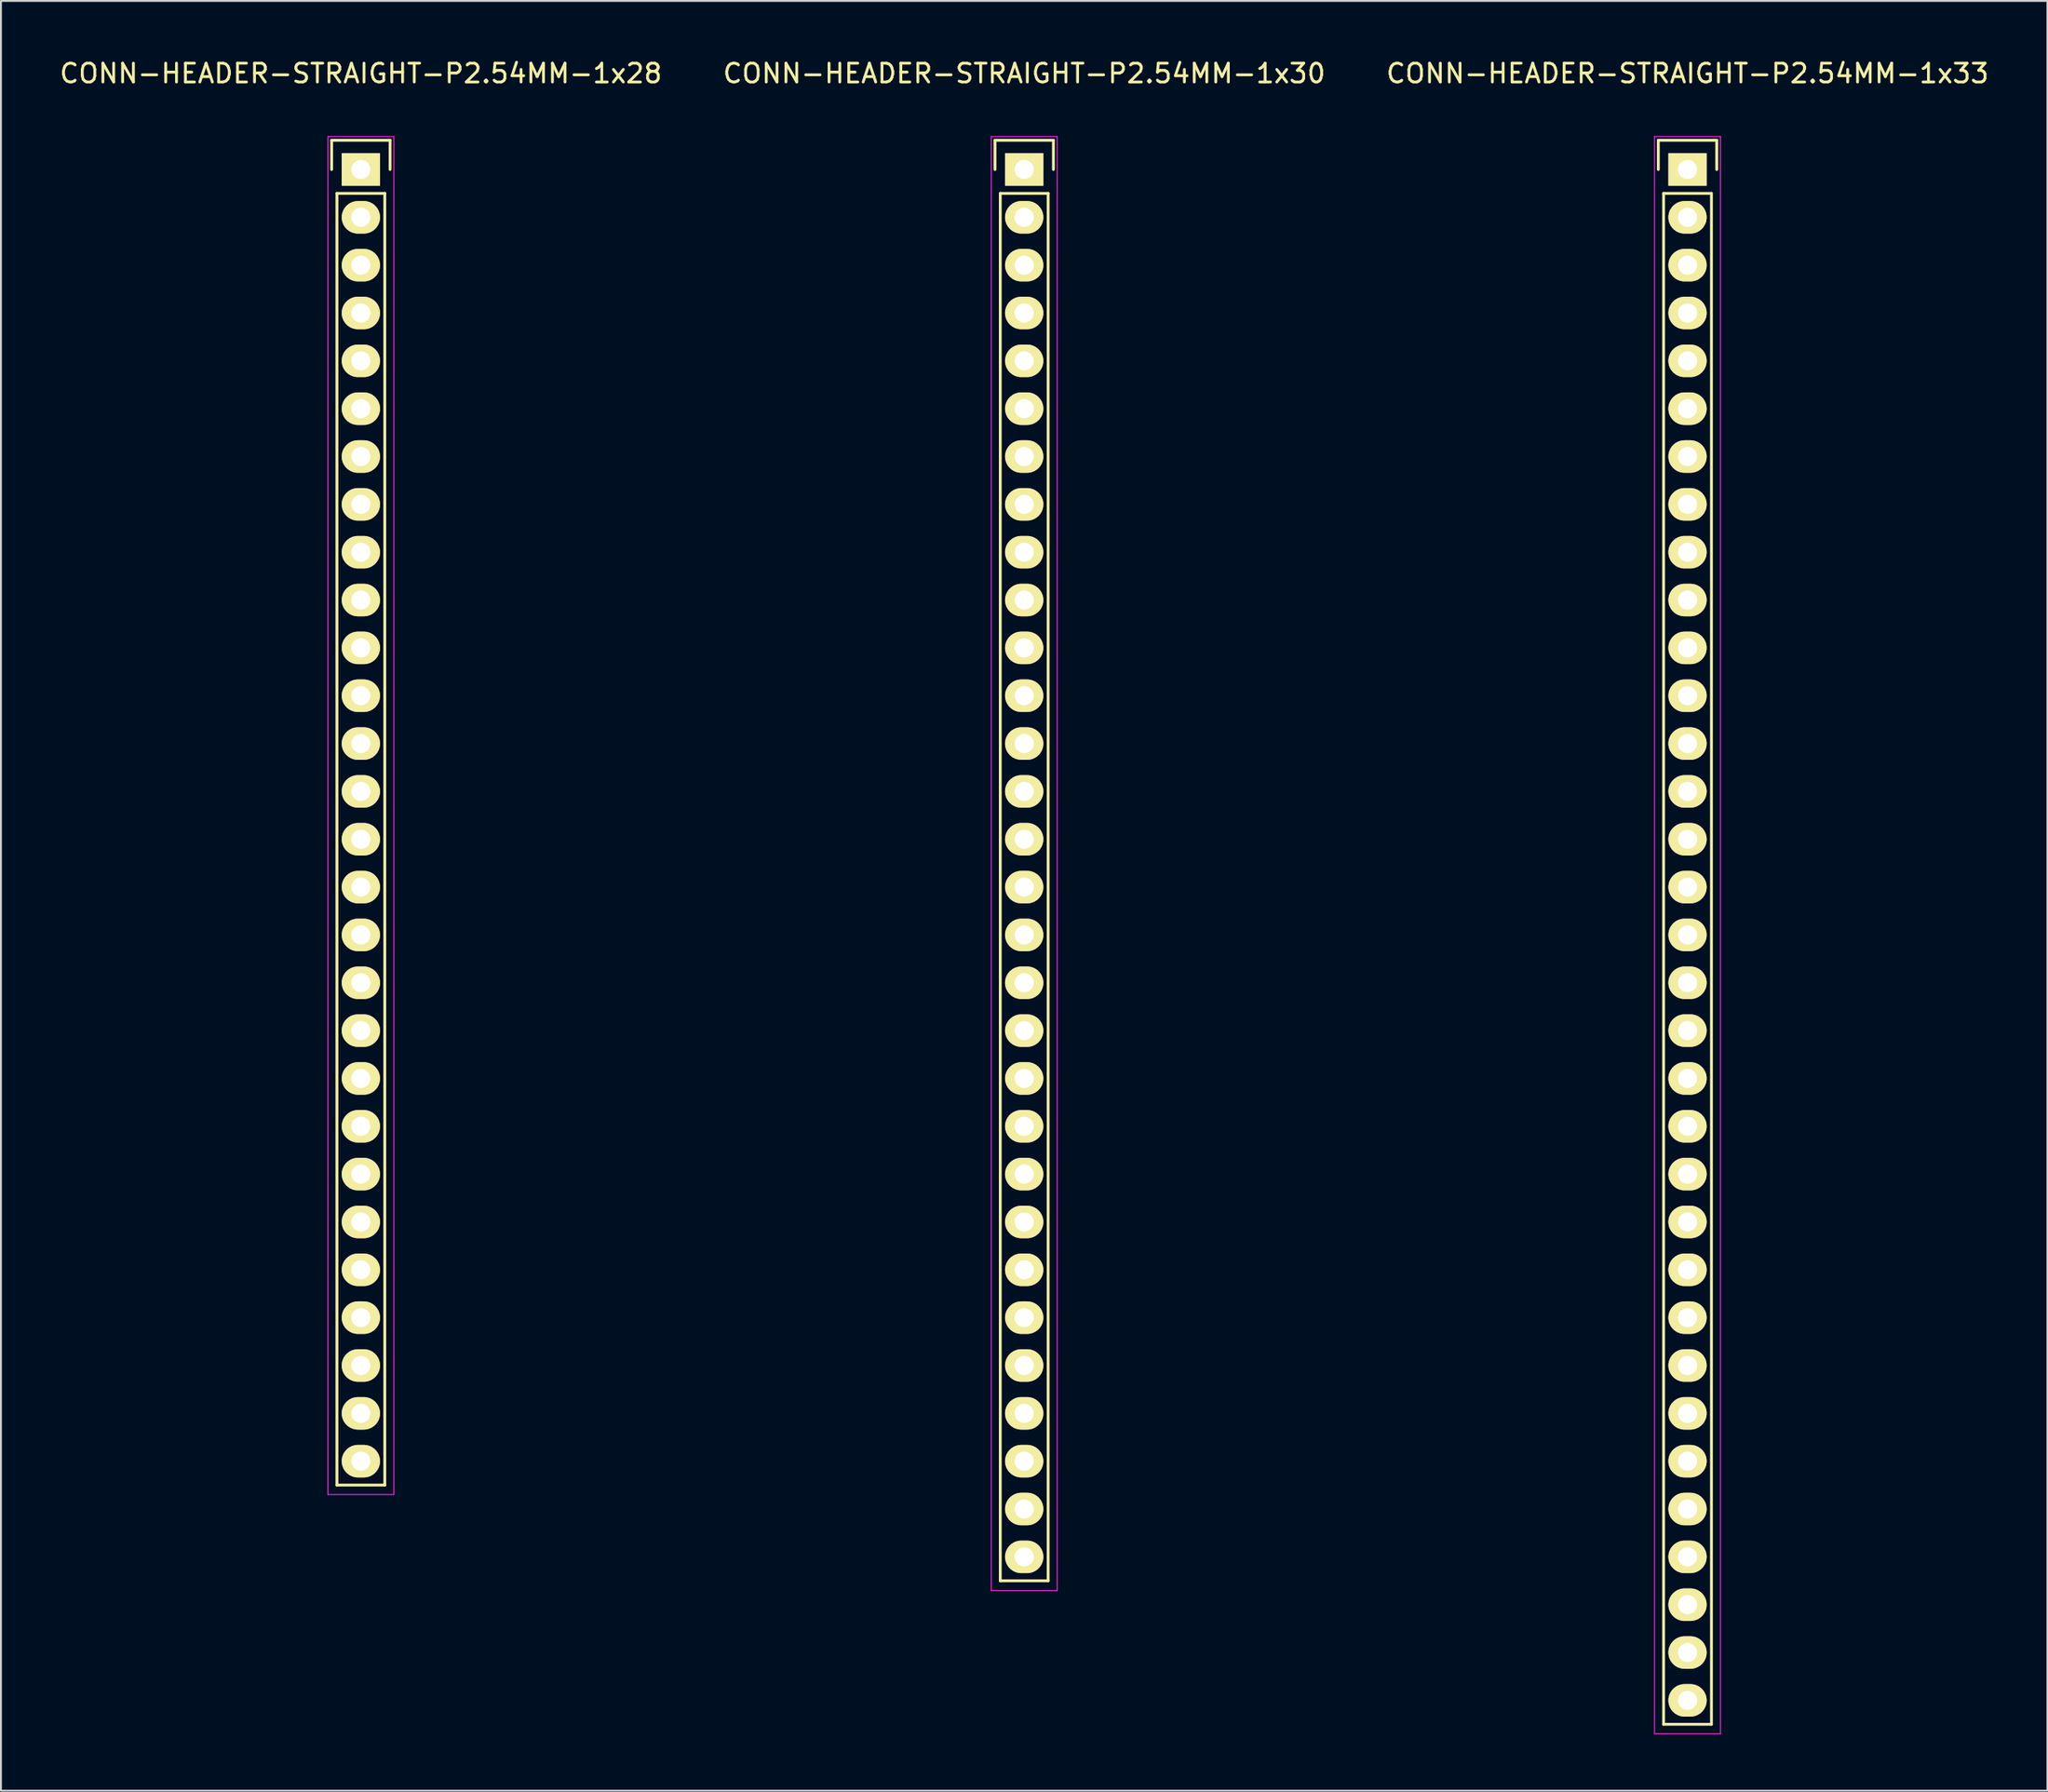
<source format=kicad_pcb>
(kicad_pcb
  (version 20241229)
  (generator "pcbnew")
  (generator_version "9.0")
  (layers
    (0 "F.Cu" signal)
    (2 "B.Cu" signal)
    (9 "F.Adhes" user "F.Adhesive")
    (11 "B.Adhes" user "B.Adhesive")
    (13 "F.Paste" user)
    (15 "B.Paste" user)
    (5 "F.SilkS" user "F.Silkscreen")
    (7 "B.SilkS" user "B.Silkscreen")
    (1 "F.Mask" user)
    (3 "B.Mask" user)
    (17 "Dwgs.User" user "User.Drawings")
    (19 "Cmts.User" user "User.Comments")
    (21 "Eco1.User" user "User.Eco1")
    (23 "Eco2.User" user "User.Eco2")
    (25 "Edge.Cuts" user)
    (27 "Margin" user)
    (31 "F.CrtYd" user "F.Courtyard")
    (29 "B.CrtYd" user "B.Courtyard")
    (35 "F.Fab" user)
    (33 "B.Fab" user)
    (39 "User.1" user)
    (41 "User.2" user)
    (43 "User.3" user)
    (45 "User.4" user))
  (footprint "CONN-HEADER-STRAIGHT-P2.54MM-1x30"
    (layer "F.Cu")
    (at 51.304 5.948)
    (property "Reference" "CONN-HEADER-STRAIGHT-P2.54MM-1x30" (at 0 -5.1 0) (layer "F.SilkS") (effects (font (size 1 1) (thickness 0.15))))
    (attr through_hole)
    (fp_line (start -1.55 -1.55) (end 1.55 -1.55) (stroke (width 0.15) (type solid)) (layer "F.SilkS"))
    (fp_line (start -1.55 0) (end -1.55 -1.55) (stroke (width 0.15) (type solid)) (layer "F.SilkS"))
    (fp_line (start -1.27 1.27) (end -1.27 74.93) (stroke (width 0.15) (type solid)) (layer "F.SilkS"))
    (fp_line (start -1.27 74.93) (end 1.27 74.93) (stroke (width 0.15) (type solid)) (layer "F.SilkS"))
    (fp_line (start 1.27 1.27) (end -1.27 1.27) (stroke (width 0.15) (type solid)) (layer "F.SilkS"))
    (fp_line (start 1.27 74.93) (end 1.27 1.27) (stroke (width 0.15) (type solid)) (layer "F.SilkS"))
    (fp_line (start 1.55 -1.55) (end 1.55 0) (stroke (width 0.15) (type solid)) (layer "F.SilkS"))
    (fp_line (start -1.75 -1.75) (end -1.75 75.45) (stroke (width 0.05) (type solid)) (layer "F.CrtYd"))
    (fp_line (start -1.75 -1.75) (end 1.75 -1.75) (stroke (width 0.05) (type solid)) (layer "F.CrtYd"))
    (fp_line (start -1.75 75.45) (end 1.75 75.45) (stroke (width 0.05) (type solid)) (layer "F.CrtYd"))
    (fp_line (start 1.75 -1.75) (end 1.75 75.45) (stroke (width 0.05) (type solid)) (layer "F.CrtYd"))
    (pad "1" thru_hole rect (at 0 0) (size 2.032 1.727) (drill 1.016) (layers "*.Cu" "*.Mask" "F.SilkS"))
    (pad "2" thru_hole oval (at 0 2.54) (size 2.032 1.727) (drill 1.016) (layers "*.Cu" "*.Mask" "F.SilkS"))
    (pad "3" thru_hole oval (at 0 5.08) (size 2.032 1.727) (drill 1.016) (layers "*.Cu" "*.Mask" "F.SilkS"))
    (pad "4" thru_hole oval (at 0 7.62) (size 2.032 1.727) (drill 1.016) (layers "*.Cu" "*.Mask" "F.SilkS"))
    (pad "5" thru_hole oval (at 0 10.16) (size 2.032 1.727) (drill 1.016) (layers "*.Cu" "*.Mask" "F.SilkS"))
    (pad "6" thru_hole oval (at 0 12.7) (size 2.032 1.727) (drill 1.016) (layers "*.Cu" "*.Mask" "F.SilkS"))
    (pad "7" thru_hole oval (at 0 15.24) (size 2.032 1.727) (drill 1.016) (layers "*.Cu" "*.Mask" "F.SilkS"))
    (pad "8" thru_hole oval (at 0 17.78) (size 2.032 1.727) (drill 1.016) (layers "*.Cu" "*.Mask" "F.SilkS"))
    (pad "9" thru_hole oval (at 0 20.32) (size 2.032 1.727) (drill 1.016) (layers "*.Cu" "*.Mask" "F.SilkS"))
    (pad "10" thru_hole oval (at 0 22.86) (size 2.032 1.727) (drill 1.016) (layers "*.Cu" "*.Mask" "F.SilkS"))
    (pad "11" thru_hole oval (at 0 25.4) (size 2.032 1.727) (drill 1.016) (layers "*.Cu" "*.Mask" "F.SilkS"))
    (pad "12" thru_hole oval (at 0 27.94) (size 2.032 1.727) (drill 1.016) (layers "*.Cu" "*.Mask" "F.SilkS"))
    (pad "13" thru_hole oval (at 0 30.48) (size 2.032 1.727) (drill 1.016) (layers "*.Cu" "*.Mask" "F.SilkS"))
    (pad "14" thru_hole oval (at 0 33.02) (size 2.032 1.727) (drill 1.016) (layers "*.Cu" "*.Mask" "F.SilkS"))
    (pad "15" thru_hole oval (at 0 35.56) (size 2.032 1.727) (drill 1.016) (layers "*.Cu" "*.Mask" "F.SilkS"))
    (pad "16" thru_hole oval (at 0 38.1) (size 2.032 1.727) (drill 1.016) (layers "*.Cu" "*.Mask" "F.SilkS"))
    (pad "17" thru_hole oval (at 0 40.64) (size 2.032 1.727) (drill 1.016) (layers "*.Cu" "*.Mask" "F.SilkS"))
    (pad "18" thru_hole oval (at 0 43.18) (size 2.032 1.727) (drill 1.016) (layers "*.Cu" "*.Mask" "F.SilkS"))
    (pad "19" thru_hole oval (at 0 45.72) (size 2.032 1.727) (drill 1.016) (layers "*.Cu" "*.Mask" "F.SilkS"))
    (pad "20" thru_hole oval (at 0 48.26) (size 2.032 1.727) (drill 1.016) (layers "*.Cu" "*.Mask" "F.SilkS"))
    (pad "21" thru_hole oval (at 0 50.8) (size 2.032 1.727) (drill 1.016) (layers "*.Cu" "*.Mask" "F.SilkS"))
    (pad "22" thru_hole oval (at 0 53.34) (size 2.032 1.727) (drill 1.016) (layers "*.Cu" "*.Mask" "F.SilkS"))
    (pad "23" thru_hole oval (at 0 55.88) (size 2.032 1.727) (drill 1.016) (layers "*.Cu" "*.Mask" "F.SilkS"))
    (pad "24" thru_hole oval (at 0 58.42) (size 2.032 1.727) (drill 1.016) (layers "*.Cu" "*.Mask" "F.SilkS"))
    (pad "25" thru_hole oval (at 0 60.96) (size 2.032 1.727) (drill 1.016) (layers "*.Cu" "*.Mask" "F.SilkS"))
    (pad "26" thru_hole oval (at 0 63.5) (size 2.032 1.727) (drill 1.016) (layers "*.Cu" "*.Mask" "F.SilkS"))
    (pad "27" thru_hole oval (at 0 66.04) (size 2.032 1.727) (drill 1.016) (layers "*.Cu" "*.Mask" "F.SilkS"))
    (pad "28" thru_hole oval (at 0 68.58) (size 2.032 1.727) (drill 1.016) (layers "*.Cu" "*.Mask" "F.SilkS"))
    (pad "29" thru_hole oval (at 0 71.12) (size 2.032 1.727) (drill 1.016) (layers "*.Cu" "*.Mask" "F.SilkS"))
    (pad "30" thru_hole oval (at 0 73.66) (size 2.032 1.727) (drill 1.016) (layers "*.Cu" "*.Mask" "F.SilkS")))
  (footprint "CONN-HEADER-STRAIGHT-P2.54MM-1x28"
    (layer "F.Cu")
    (at 16.101 5.948)
    (property "Reference" "CONN-HEADER-STRAIGHT-P2.54MM-1x28" (at 0 -5.1 0) (layer "F.SilkS") (effects (font (size 1 1) (thickness 0.15))))
    (attr through_hole)
    (fp_line (start -1.55 -1.55) (end 1.55 -1.55) (stroke (width 0.15) (type solid)) (layer "F.SilkS"))
    (fp_line (start -1.55 0) (end -1.55 -1.55) (stroke (width 0.15) (type solid)) (layer "F.SilkS"))
    (fp_line (start -1.27 1.27) (end -1.27 69.85) (stroke (width 0.15) (type solid)) (layer "F.SilkS"))
    (fp_line (start -1.27 69.85) (end 1.27 69.85) (stroke (width 0.15) (type solid)) (layer "F.SilkS"))
    (fp_line (start 1.27 1.27) (end -1.27 1.27) (stroke (width 0.15) (type solid)) (layer "F.SilkS"))
    (fp_line (start 1.27 69.85) (end 1.27 1.27) (stroke (width 0.15) (type solid)) (layer "F.SilkS"))
    (fp_line (start 1.55 -1.55) (end 1.55 0) (stroke (width 0.15) (type solid)) (layer "F.SilkS"))
    (fp_line (start -1.75 -1.75) (end -1.75 70.35) (stroke (width 0.05) (type solid)) (layer "F.CrtYd"))
    (fp_line (start -1.75 -1.75) (end 1.75 -1.75) (stroke (width 0.05) (type solid)) (layer "F.CrtYd"))
    (fp_line (start -1.75 70.35) (end 1.75 70.35) (stroke (width 0.05) (type solid)) (layer "F.CrtYd"))
    (fp_line (start 1.75 -1.75) (end 1.75 70.35) (stroke (width 0.05) (type solid)) (layer "F.CrtYd"))
    (pad "1" thru_hole rect (at 0 0) (size 2.032 1.727) (drill 1.016) (layers "*.Cu" "*.Mask" "F.SilkS"))
    (pad "2" thru_hole oval (at 0 2.54) (size 2.032 1.727) (drill 1.016) (layers "*.Cu" "*.Mask" "F.SilkS"))
    (pad "3" thru_hole oval (at 0 5.08) (size 2.032 1.727) (drill 1.016) (layers "*.Cu" "*.Mask" "F.SilkS"))
    (pad "4" thru_hole oval (at 0 7.62) (size 2.032 1.727) (drill 1.016) (layers "*.Cu" "*.Mask" "F.SilkS"))
    (pad "5" thru_hole oval (at 0 10.16) (size 2.032 1.727) (drill 1.016) (layers "*.Cu" "*.Mask" "F.SilkS"))
    (pad "6" thru_hole oval (at 0 12.7) (size 2.032 1.727) (drill 1.016) (layers "*.Cu" "*.Mask" "F.SilkS"))
    (pad "7" thru_hole oval (at 0 15.24) (size 2.032 1.727) (drill 1.016) (layers "*.Cu" "*.Mask" "F.SilkS"))
    (pad "8" thru_hole oval (at 0 17.78) (size 2.032 1.727) (drill 1.016) (layers "*.Cu" "*.Mask" "F.SilkS"))
    (pad "9" thru_hole oval (at 0 20.32) (size 2.032 1.727) (drill 1.016) (layers "*.Cu" "*.Mask" "F.SilkS"))
    (pad "10" thru_hole oval (at 0 22.86) (size 2.032 1.727) (drill 1.016) (layers "*.Cu" "*.Mask" "F.SilkS"))
    (pad "11" thru_hole oval (at 0 25.4) (size 2.032 1.727) (drill 1.016) (layers "*.Cu" "*.Mask" "F.SilkS"))
    (pad "12" thru_hole oval (at 0 27.94) (size 2.032 1.727) (drill 1.016) (layers "*.Cu" "*.Mask" "F.SilkS"))
    (pad "13" thru_hole oval (at 0 30.48) (size 2.032 1.727) (drill 1.016) (layers "*.Cu" "*.Mask" "F.SilkS"))
    (pad "14" thru_hole oval (at 0 33.02) (size 2.032 1.727) (drill 1.016) (layers "*.Cu" "*.Mask" "F.SilkS"))
    (pad "15" thru_hole oval (at 0 35.56) (size 2.032 1.727) (drill 1.016) (layers "*.Cu" "*.Mask" "F.SilkS"))
    (pad "16" thru_hole oval (at 0 38.1) (size 2.032 1.727) (drill 1.016) (layers "*.Cu" "*.Mask" "F.SilkS"))
    (pad "17" thru_hole oval (at 0 40.64) (size 2.032 1.727) (drill 1.016) (layers "*.Cu" "*.Mask" "F.SilkS"))
    (pad "18" thru_hole oval (at 0 43.18) (size 2.032 1.727) (drill 1.016) (layers "*.Cu" "*.Mask" "F.SilkS"))
    (pad "19" thru_hole oval (at 0 45.72) (size 2.032 1.727) (drill 1.016) (layers "*.Cu" "*.Mask" "F.SilkS"))
    (pad "20" thru_hole oval (at 0 48.26) (size 2.032 1.727) (drill 1.016) (layers "*.Cu" "*.Mask" "F.SilkS"))
    (pad "21" thru_hole oval (at 0 50.8) (size 2.032 1.727) (drill 1.016) (layers "*.Cu" "*.Mask" "F.SilkS"))
    (pad "22" thru_hole oval (at 0 53.34) (size 2.032 1.727) (drill 1.016) (layers "*.Cu" "*.Mask" "F.SilkS"))
    (pad "23" thru_hole oval (at 0 55.88) (size 2.032 1.727) (drill 1.016) (layers "*.Cu" "*.Mask" "F.SilkS"))
    (pad "24" thru_hole oval (at 0 58.42) (size 2.032 1.727) (drill 1.016) (layers "*.Cu" "*.Mask" "F.SilkS"))
    (pad "25" thru_hole oval (at 0 60.96) (size 2.032 1.727) (drill 1.016) (layers "*.Cu" "*.Mask" "F.SilkS"))
    (pad "26" thru_hole oval (at 0 63.5) (size 2.032 1.727) (drill 1.016) (layers "*.Cu" "*.Mask" "F.SilkS"))
    (pad "27" thru_hole oval (at 0 66.04) (size 2.032 1.727) (drill 1.016) (layers "*.Cu" "*.Mask" "F.SilkS"))
    (pad "28" thru_hole oval (at 0 68.58) (size 2.032 1.727) (drill 1.016) (layers "*.Cu" "*.Mask" "F.SilkS")))
  (footprint "CONN-HEADER-STRAIGHT-P2.54MM-1x33"
    (layer "F.Cu")
    (at 86.506 5.948)
    (property "Reference" "CONN-HEADER-STRAIGHT-P2.54MM-1x33" (at 0 -5.1 0) (layer "F.SilkS") (effects (font (size 1 1) (thickness 0.15))))
    (attr through_hole)
    (fp_line (start -1.55 -1.55) (end 1.55 -1.55) (stroke (width 0.15) (type solid)) (layer "F.SilkS"))
    (fp_line (start -1.55 0) (end -1.55 -1.55) (stroke (width 0.15) (type solid)) (layer "F.SilkS"))
    (fp_line (start -1.27 1.27) (end -1.27 82.55) (stroke (width 0.15) (type solid)) (layer "F.SilkS"))
    (fp_line (start -1.27 82.55) (end 1.27 82.55) (stroke (width 0.15) (type solid)) (layer "F.SilkS"))
    (fp_line (start 1.27 1.27) (end -1.27 1.27) (stroke (width 0.15) (type solid)) (layer "F.SilkS"))
    (fp_line (start 1.27 82.55) (end 1.27 1.27) (stroke (width 0.15) (type solid)) (layer "F.SilkS"))
    (fp_line (start 1.55 -1.55) (end 1.55 0) (stroke (width 0.15) (type solid)) (layer "F.SilkS"))
    (fp_line (start -1.75 -1.75) (end -1.75 83.05) (stroke (width 0.05) (type solid)) (layer "F.CrtYd"))
    (fp_line (start -1.75 -1.75) (end 1.75 -1.75) (stroke (width 0.05) (type solid)) (layer "F.CrtYd"))
    (fp_line (start -1.75 83.05) (end 1.75 83.05) (stroke (width 0.05) (type solid)) (layer "F.CrtYd"))
    (fp_line (start 1.75 -1.75) (end 1.75 83.05) (stroke (width 0.05) (type solid)) (layer "F.CrtYd"))
    (pad "1" thru_hole rect (at 0 0) (size 2.032 1.727) (drill 1.016) (layers "*.Cu" "*.Mask" "F.SilkS"))
    (pad "2" thru_hole oval (at 0 2.54) (size 2.032 1.727) (drill 1.016) (layers "*.Cu" "*.Mask" "F.SilkS"))
    (pad "3" thru_hole oval (at 0 5.08) (size 2.032 1.727) (drill 1.016) (layers "*.Cu" "*.Mask" "F.SilkS"))
    (pad "4" thru_hole oval (at 0 7.62) (size 2.032 1.727) (drill 1.016) (layers "*.Cu" "*.Mask" "F.SilkS"))
    (pad "5" thru_hole oval (at 0 10.16) (size 2.032 1.727) (drill 1.016) (layers "*.Cu" "*.Mask" "F.SilkS"))
    (pad "6" thru_hole oval (at 0 12.7) (size 2.032 1.727) (drill 1.016) (layers "*.Cu" "*.Mask" "F.SilkS"))
    (pad "7" thru_hole oval (at 0 15.24) (size 2.032 1.727) (drill 1.016) (layers "*.Cu" "*.Mask" "F.SilkS"))
    (pad "8" thru_hole oval (at 0 17.78) (size 2.032 1.727) (drill 1.016) (layers "*.Cu" "*.Mask" "F.SilkS"))
    (pad "9" thru_hole oval (at 0 20.32) (size 2.032 1.727) (drill 1.016) (layers "*.Cu" "*.Mask" "F.SilkS"))
    (pad "10" thru_hole oval (at 0 22.86) (size 2.032 1.727) (drill 1.016) (layers "*.Cu" "*.Mask" "F.SilkS"))
    (pad "11" thru_hole oval (at 0 25.4) (size 2.032 1.727) (drill 1.016) (layers "*.Cu" "*.Mask" "F.SilkS"))
    (pad "12" thru_hole oval (at 0 27.94) (size 2.032 1.727) (drill 1.016) (layers "*.Cu" "*.Mask" "F.SilkS"))
    (pad "13" thru_hole oval (at 0 30.48) (size 2.032 1.727) (drill 1.016) (layers "*.Cu" "*.Mask" "F.SilkS"))
    (pad "14" thru_hole oval (at 0 33.02) (size 2.032 1.727) (drill 1.016) (layers "*.Cu" "*.Mask" "F.SilkS"))
    (pad "15" thru_hole oval (at 0 35.56) (size 2.032 1.727) (drill 1.016) (layers "*.Cu" "*.Mask" "F.SilkS"))
    (pad "16" thru_hole oval (at 0 38.1) (size 2.032 1.727) (drill 1.016) (layers "*.Cu" "*.Mask" "F.SilkS"))
    (pad "17" thru_hole oval (at 0 40.64) (size 2.032 1.727) (drill 1.016) (layers "*.Cu" "*.Mask" "F.SilkS"))
    (pad "18" thru_hole oval (at 0 43.18) (size 2.032 1.727) (drill 1.016) (layers "*.Cu" "*.Mask" "F.SilkS"))
    (pad "19" thru_hole oval (at 0 45.72) (size 2.032 1.727) (drill 1.016) (layers "*.Cu" "*.Mask" "F.SilkS"))
    (pad "20" thru_hole oval (at 0 48.26) (size 2.032 1.727) (drill 1.016) (layers "*.Cu" "*.Mask" "F.SilkS"))
    (pad "21" thru_hole oval (at 0 50.8) (size 2.032 1.727) (drill 1.016) (layers "*.Cu" "*.Mask" "F.SilkS"))
    (pad "22" thru_hole oval (at 0 53.34) (size 2.032 1.727) (drill 1.016) (layers "*.Cu" "*.Mask" "F.SilkS"))
    (pad "23" thru_hole oval (at 0 55.88) (size 2.032 1.727) (drill 1.016) (layers "*.Cu" "*.Mask" "F.SilkS"))
    (pad "24" thru_hole oval (at 0 58.42) (size 2.032 1.727) (drill 1.016) (layers "*.Cu" "*.Mask" "F.SilkS"))
    (pad "25" thru_hole oval (at 0 60.96) (size 2.032 1.727) (drill 1.016) (layers "*.Cu" "*.Mask" "F.SilkS"))
    (pad "26" thru_hole oval (at 0 63.5) (size 2.032 1.727) (drill 1.016) (layers "*.Cu" "*.Mask" "F.SilkS"))
    (pad "27" thru_hole oval (at 0 66.04) (size 2.032 1.727) (drill 1.016) (layers "*.Cu" "*.Mask" "F.SilkS"))
    (pad "28" thru_hole oval (at 0 68.58) (size 2.032 1.727) (drill 1.016) (layers "*.Cu" "*.Mask" "F.SilkS"))
    (pad "29" thru_hole oval (at 0 71.12) (size 2.032 1.727) (drill 1.016) (layers "*.Cu" "*.Mask" "F.SilkS"))
    (pad "30" thru_hole oval (at 0 73.66) (size 2.032 1.727) (drill 1.016) (layers "*.Cu" "*.Mask" "F.SilkS"))
    (pad "31" thru_hole oval (at 0 76.2) (size 2.032 1.727) (drill 1.016) (layers "*.Cu" "*.Mask" "F.SilkS"))
    (pad "32" thru_hole oval (at 0 78.74) (size 2.032 1.727) (drill 1.016) (layers "*.Cu" "*.Mask" "F.SilkS"))
    (pad "33" thru_hole oval (at 0 81.28) (size 2.032 1.727) (drill 1.016) (layers "*.Cu" "*.Mask" "F.SilkS")))
  (gr_rect
    (start -3 -3)
    (end 105.607 92.023)
    (stroke (width 0.1) (type default))
    (fill no)
    (layer "Edge.Cuts")))
</source>
